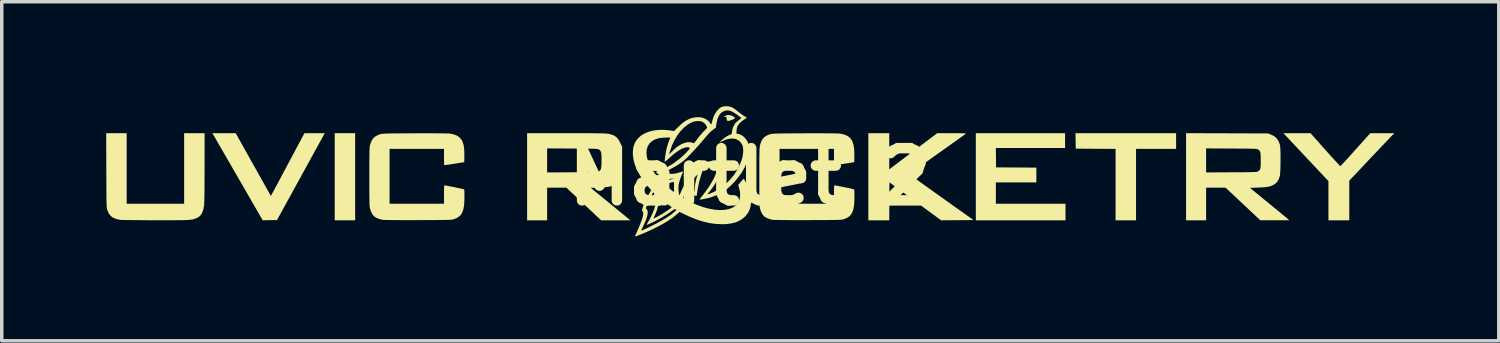
<source format=kicad_pcb>
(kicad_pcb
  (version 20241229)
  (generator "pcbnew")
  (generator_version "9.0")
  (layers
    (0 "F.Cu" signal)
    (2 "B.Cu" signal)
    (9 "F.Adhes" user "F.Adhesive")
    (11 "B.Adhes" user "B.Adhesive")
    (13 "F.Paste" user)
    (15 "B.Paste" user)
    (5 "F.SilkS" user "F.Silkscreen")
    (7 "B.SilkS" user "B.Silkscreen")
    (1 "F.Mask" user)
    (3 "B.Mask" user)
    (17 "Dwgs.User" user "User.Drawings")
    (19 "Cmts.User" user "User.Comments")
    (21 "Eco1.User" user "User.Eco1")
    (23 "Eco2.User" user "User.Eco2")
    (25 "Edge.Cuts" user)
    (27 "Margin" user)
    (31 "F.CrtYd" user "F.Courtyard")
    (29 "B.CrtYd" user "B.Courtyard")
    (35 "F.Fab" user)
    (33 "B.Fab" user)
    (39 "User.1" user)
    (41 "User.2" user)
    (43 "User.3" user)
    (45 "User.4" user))
  (footprint "Martlet 2"
    (layer "F.Cu")
    (at 18.488 2.026)
    (property "Reference" "Martlet 2" (at 0 0 0) (layer "F.SilkS") (effects (font (size 1.5 1.5) (thickness 0.3))))
    (attr board_only exclude_from_pos_files exclude_from_bom)
    (fp_poly (pts (xy -11.338 0) (xy -11.338 1.251) (xy -11.631 1.251) (xy -11.925 1.251) (xy -11.925 0) (xy -11.925 -1.251) (xy -11.631 -1.251) (xy -11.338 -1.251)) (stroke (width 0) (type solid)) (fill yes) (layer "F.SilkS"))
    (fp_poly (pts (xy 12.238 -1.026) (xy 12.238 -0.8) (xy 11.662 -0.8) (xy 11.088 -0.8) (xy 11.088 0.225) (xy 11.088 1.251) (xy 10.794 1.251) (xy 10.5 1.251) (xy 10.5 0.225) (xy 10.5 -0.8) (xy 9.928 -0.803) (xy 9.356 -0.807) (xy 9.353 -1.029) (xy 9.349 -1.251) (xy 10.793 -1.251) (xy 12.238 -1.251)) (stroke (width 0) (type solid)) (fill yes) (layer "F.SilkS"))
    (fp_poly (pts (xy 9.05 -1.038) (xy 9.05 -0.825) (xy 8.056 -0.825) (xy 7.062 -0.825) (xy 7.065 -0.547) (xy 7.069 -0.269) (xy 7.647 -0.266) (xy 8.225 -0.262) (xy 8.225 -0.05) (xy 8.225 0.163) (xy 7.644 0.163) (xy 7.062 0.163) (xy 7.062 0.469) (xy 7.062 0.775) (xy 8.062 0.775) (xy 9.062 0.775) (xy 9.062 1.013) (xy 9.062 1.251) (xy 7.775 1.251) (xy 6.487 1.251) (xy 6.487 0) (xy 6.487 -1.251) (xy 7.769 -1.251) (xy 9.05 -1.251)) (stroke (width 0) (type solid)) (fill yes) (layer "F.SilkS"))
    (fp_poly (pts (xy -0.53 -1.758) (xy -0.474 -1.728) (xy -0.445 -1.703) (xy -0.433 -1.688) (xy -0.432 -1.677) (xy -0.446 -1.666) (xy -0.479 -1.65) (xy -0.489 -1.646) (xy -0.535 -1.627) (xy -0.58 -1.612) (xy -0.602 -1.607) (xy -0.635 -1.603) (xy -0.653 -1.611) (xy -0.661 -1.624) (xy -0.671 -1.655) (xy -0.675 -1.689) (xy -0.677 -1.716) (xy -0.688 -1.725) (xy -0.713 -1.721) (xy -0.741 -1.718) (xy -0.747 -1.723) (xy -0.731 -1.737) (xy -0.709 -1.751) (xy -0.656 -1.77) (xy -0.593 -1.772)) (stroke (width 0) (type solid)) (fill yes) (layer "F.SilkS"))
    (fp_poly (pts (xy -14.264 -0.349) (xy -13.759 0.552) (xy -13.723 0.485) (xy -13.711 0.464) (xy -13.688 0.422) (xy -13.656 0.362) (xy -13.615 0.285) (xy -13.566 0.194) (xy -13.511 0.09) (xy -13.45 -0.024) (xy -13.384 -0.148) (xy -13.314 -0.278) (xy -13.242 -0.414) (xy -13.241 -0.416) (xy -12.795 -1.251) (xy -12.503 -1.251) (xy -12.211 -1.251) (xy -12.237 -1.204) (xy -12.247 -1.187) (xy -12.267 -1.149) (xy -12.298 -1.093) (xy -12.339 -1.019) (xy -12.389 -0.929) (xy -12.446 -0.824) (xy -12.511 -0.706) (xy -12.582 -0.577) (xy -12.658 -0.438) (xy -12.74 -0.29) (xy -12.825 -0.135) (xy -12.913 0.026) (xy -12.923 0.044) (xy -13.583 1.244) (xy -13.788 1.247) (xy -13.994 1.25) (xy -14.685 0.053) (xy -14.777 -0.107) (xy -14.867 -0.262) (xy -14.952 -0.41) (xy -15.033 -0.55) (xy -15.108 -0.68) (xy -15.177 -0.799) (xy -15.238 -0.906) (xy -15.292 -0.998) (xy -15.336 -1.074) (xy -15.37 -1.134) (xy -15.394 -1.175) (xy -15.406 -1.196) (xy -15.407 -1.197) (xy -15.439 -1.251) (xy -15.104 -1.251) (xy -14.769 -1.251)) (stroke (width 0) (type solid)) (fill yes) (layer "F.SilkS"))
    (fp_poly (pts (xy 16.521 -0.776) (xy 16.604 -0.684) (xy 16.681 -0.598) (xy 16.752 -0.52) (xy 16.815 -0.451) (xy 16.869 -0.393) (xy 16.911 -0.349) (xy 16.94 -0.319) (xy 16.955 -0.306) (xy 16.956 -0.305) (xy 16.967 -0.315) (xy 16.992 -0.341) (xy 17.031 -0.383) (xy 17.082 -0.438) (xy 17.143 -0.504) (xy 17.213 -0.581) (xy 17.289 -0.665) (xy 17.37 -0.756) (xy 17.392 -0.779) (xy 17.815 -1.251) (xy 18.16 -1.251) (xy 18.506 -1.251) (xy 18.411 -1.154) (xy 18.386 -1.127) (xy 18.345 -1.085) (xy 18.291 -1.028) (xy 18.224 -0.958) (xy 18.148 -0.878) (xy 18.064 -0.789) (xy 17.973 -0.693) (xy 17.877 -0.592) (xy 17.778 -0.487) (xy 17.765 -0.473) (xy 17.212 0.112) (xy 17.212 0.681) (xy 17.212 1.251) (xy 16.913 1.251) (xy 16.613 1.251) (xy 16.613 0.688) (xy 16.613 0.125) (xy 16.017 -0.51) (xy 15.916 -0.617) (xy 15.819 -0.72) (xy 15.727 -0.818) (xy 15.643 -0.908) (xy 15.567 -0.989) (xy 15.501 -1.059) (xy 15.447 -1.117) (xy 15.405 -1.161) (xy 15.379 -1.189) (xy 15.37 -1.197) (xy 15.32 -1.251) (xy 15.709 -1.251) (xy 16.099 -1.251)) (stroke (width 0) (type solid)) (fill yes) (layer "F.SilkS"))
    (fp_poly (pts (xy 4 -0.732) (xy 4 -0.213) (xy 4.689 -0.732) (xy 5.378 -1.251) (xy 5.798 -1.25) (xy 5.912 -1.25) (xy 6.003 -1.25) (xy 6.073 -1.249) (xy 6.126 -1.248) (xy 6.162 -1.246) (xy 6.185 -1.244) (xy 6.196 -1.24) (xy 6.199 -1.236) (xy 6.194 -1.231) (xy 6.194 -1.231) (xy 6.18 -1.22) (xy 6.147 -1.197) (xy 6.097 -1.161) (xy 6.032 -1.115) (xy 5.953 -1.058) (xy 5.861 -0.993) (xy 5.759 -0.92) (xy 5.648 -0.841) (xy 5.53 -0.757) (xy 5.406 -0.669) (xy 5.394 -0.66) (xy 5.269 -0.572) (xy 5.151 -0.487) (xy 5.039 -0.407) (xy 4.936 -0.334) (xy 4.844 -0.268) (xy 4.764 -0.211) (xy 4.698 -0.163) (xy 4.647 -0.126) (xy 4.613 -0.101) (xy 4.597 -0.089) (xy 4.597 -0.089) (xy 4.594 -0.084) (xy 4.594 -0.079) (xy 4.599 -0.071) (xy 4.609 -0.06) (xy 4.625 -0.044) (xy 4.65 -0.024) (xy 4.684 0.003) (xy 4.728 0.036) (xy 4.783 0.077) (xy 4.851 0.126) (xy 4.933 0.185) (xy 5.03 0.255) (xy 5.143 0.336) (xy 5.274 0.429) (xy 5.423 0.535) (xy 5.497 0.588) (xy 6.42 1.244) (xy 5.954 1.248) (xy 5.489 1.251) (xy 4.748 0.706) (xy 4.006 0.161) (xy 4.003 0.706) (xy 4 1.251) (xy 3.7 1.251) (xy 3.4 1.251) (xy 3.4 0) (xy 3.4 -1.251) (xy 3.7 -1.251) (xy 4 -1.251)) (stroke (width 0) (type solid)) (fill yes) (layer "F.SilkS"))
    (fp_poly (pts (xy -17.9 -0.238) (xy -17.9 0.775) (xy -17.075 0.775) (xy -16.25 0.775) (xy -16.25 -0.238) (xy -16.25 -1.251) (xy -15.956 -1.251) (xy -15.662 -1.251) (xy -15.663 -0.266) (xy -15.663 -0.099) (xy -15.664 0.06) (xy -15.664 0.209) (xy -15.665 0.346) (xy -15.667 0.47) (xy -15.668 0.578) (xy -15.67 0.668) (xy -15.672 0.739) (xy -15.674 0.788) (xy -15.675 0.813) (xy -15.694 0.921) (xy -15.721 1.008) (xy -15.756 1.077) (xy -15.803 1.131) (xy -15.862 1.172) (xy -15.875 1.179) (xy -15.901 1.191) (xy -15.926 1.203) (xy -15.953 1.212) (xy -15.982 1.22) (xy -16.015 1.227) (xy -16.055 1.233) (xy -16.103 1.238) (xy -16.161 1.242) (xy -16.23 1.245) (xy -16.313 1.247) (xy -16.412 1.248) (xy -16.527 1.249) (xy -16.661 1.249) (xy -16.815 1.249) (xy -16.992 1.249) (xy -17.085 1.249) (xy -17.239 1.249) (xy -17.386 1.248) (xy -17.525 1.247) (xy -17.653 1.246) (xy -17.77 1.245) (xy -17.872 1.244) (xy -17.957 1.242) (xy -18.023 1.241) (xy -18.069 1.239) (xy -18.092 1.237) (xy -18.093 1.237) (xy -18.199 1.213) (xy -18.284 1.179) (xy -18.351 1.132) (xy -18.403 1.071) (xy -18.442 0.993) (xy -18.453 0.964) (xy -18.458 0.949) (xy -18.462 0.935) (xy -18.466 0.919) (xy -18.469 0.899) (xy -18.472 0.875) (xy -18.474 0.845) (xy -18.476 0.806) (xy -18.478 0.757) (xy -18.479 0.697) (xy -18.481 0.624) (xy -18.481 0.535) (xy -18.482 0.43) (xy -18.483 0.307) (xy -18.483 0.163) (xy -18.484 -0.002) (xy -18.485 -0.184) (xy -18.488 -1.251) (xy -18.194 -1.251) (xy -17.9 -1.251)) (stroke (width 0) (type solid)) (fill yes) (layer "F.SilkS"))
    (fp_poly (pts (xy 13.697 -1.248) (xy 14.869 -1.244) (xy 14.951 -1.216) (xy 15.044 -1.173) (xy 15.119 -1.111) (xy 15.176 -1.033) (xy 15.214 -0.939) (xy 15.224 -0.895) (xy 15.229 -0.853) (xy 15.233 -0.791) (xy 15.236 -0.713) (xy 15.237 -0.623) (xy 15.238 -0.527) (xy 15.237 -0.428) (xy 15.236 -0.33) (xy 15.234 -0.239) (xy 15.23 -0.158) (xy 15.226 -0.091) (xy 15.221 -0.044) (xy 15.219 -0.033) (xy 15.188 0.066) (xy 15.143 0.144) (xy 15.084 0.202) (xy 15.037 0.232) (xy 14.989 0.256) (xy 14.936 0.275) (xy 14.873 0.289) (xy 14.796 0.299) (xy 14.703 0.306) (xy 14.588 0.311) (xy 14.583 0.311) (xy 14.359 0.319) (xy 14.923 0.78) (xy 15.026 0.864) (xy 15.122 0.943) (xy 15.211 1.016) (xy 15.291 1.082) (xy 15.359 1.138) (xy 15.415 1.184) (xy 15.456 1.219) (xy 15.48 1.24) (xy 15.488 1.246) (xy 15.475 1.247) (xy 15.441 1.248) (xy 15.388 1.249) (xy 15.318 1.25) (xy 15.235 1.25) (xy 15.142 1.25) (xy 15.072 1.25) (xy 14.656 1.25) (xy 14.157 0.781) (xy 13.658 0.313) (xy 13.379 0.313) (xy 13.1 0.313) (xy 13.1 0.782) (xy 13.1 1.251) (xy 12.812 1.251) (xy 12.525 1.251) (xy 12.525 -0.000368) (xy 12.525 -0.814) (xy 13.1 -0.814) (xy 13.1 -0.469) (xy 13.1 -0.124) (xy 13.829 -0.128) (xy 13.983 -0.129) (xy 14.114 -0.129) (xy 14.224 -0.13) (xy 14.315 -0.131) (xy 14.388 -0.133) (xy 14.447 -0.134) (xy 14.492 -0.136) (xy 14.527 -0.138) (xy 14.551 -0.141) (xy 14.569 -0.144) (xy 14.581 -0.148) (xy 14.59 -0.153) (xy 14.591 -0.153) (xy 14.617 -0.172) (xy 14.636 -0.191) (xy 14.65 -0.215) (xy 14.66 -0.248) (xy 14.665 -0.293) (xy 14.668 -0.354) (xy 14.669 -0.434) (xy 14.669 -0.469) (xy 14.668 -0.558) (xy 14.666 -0.625) (xy 14.662 -0.675) (xy 14.654 -0.712) (xy 14.642 -0.739) (xy 14.625 -0.759) (xy 14.601 -0.778) (xy 14.591 -0.785) (xy 14.582 -0.789) (xy 14.571 -0.793) (xy 14.554 -0.797) (xy 14.53 -0.799) (xy 14.497 -0.802) (xy 14.453 -0.804) (xy 14.396 -0.805) (xy 14.324 -0.807) (xy 14.236 -0.808) (xy 14.128 -0.808) (xy 13.999 -0.809) (xy 13.848 -0.81) (xy 13.829 -0.81) (xy 13.1 -0.814) (xy 12.525 -0.814) (xy 12.525 -1.251)) (stroke (width 0) (type solid)) (fill yes) (layer "F.SilkS"))
    (fp_poly (pts (xy -5.077 -1.251) (xy -4.904 -1.25) (xy -4.752 -1.25) (xy -4.62 -1.25) (xy -4.506 -1.249) (xy -4.41 -1.248) (xy -4.329 -1.247) (xy -4.261 -1.246) (xy -4.206 -1.244) (xy -4.161 -1.242) (xy -4.125 -1.24) (xy -4.096 -1.237) (xy -4.073 -1.234) (xy -4.053 -1.231) (xy -4.053 -1.231) (xy -3.957 -1.205) (xy -3.88 -1.169) (xy -3.82 -1.122) (xy -3.771 -1.059) (xy -3.747 -1.016) (xy -3.706 -0.932) (xy -3.706 -0.482) (xy -3.706 -0.353) (xy -3.707 -0.246) (xy -3.709 -0.159) (xy -3.712 -0.088) (xy -3.716 -0.032) (xy -3.723 0.012) (xy -3.732 0.048) (xy -3.745 0.077) (xy -3.76 0.103) (xy -3.779 0.129) (xy -3.795 0.148) (xy -3.838 0.193) (xy -3.886 0.228) (xy -3.942 0.256) (xy -4.009 0.277) (xy -4.09 0.293) (xy -4.189 0.303) (xy -4.308 0.31) (xy -4.339 0.311) (xy -4.573 0.319) (xy -4.122 0.688) (xy -4.025 0.767) (xy -3.93 0.844) (xy -3.84 0.918) (xy -3.756 0.987) (xy -3.683 1.047) (xy -3.621 1.097) (xy -3.575 1.135) (xy -3.553 1.154) (xy -3.435 1.251) (xy -3.854 1.251) (xy -4.274 1.251) (xy -4.774 0.782) (xy -5.274 0.313) (xy -5.549 0.313) (xy -5.825 0.313) (xy -5.825 0.782) (xy -5.825 1.251) (xy -6.112 1.251) (xy -6.4 1.251) (xy -6.4 0) (xy -6.4 -0.814) (xy -5.825 -0.814) (xy -5.825 -0.469) (xy -5.825 -0.124) (xy -5.103 -0.128) (xy -4.95 -0.129) (xy -4.82 -0.129) (xy -4.71 -0.13) (xy -4.62 -0.131) (xy -4.547 -0.133) (xy -4.488 -0.134) (xy -4.443 -0.136) (xy -4.409 -0.138) (xy -4.383 -0.141) (xy -4.365 -0.145) (xy -4.352 -0.149) (xy -4.341 -0.153) (xy -4.34 -0.154) (xy -4.314 -0.171) (xy -4.294 -0.193) (xy -4.28 -0.222) (xy -4.271 -0.263) (xy -4.266 -0.319) (xy -4.263 -0.393) (xy -4.263 -0.469) (xy -4.263 -0.561) (xy -4.266 -0.632) (xy -4.273 -0.684) (xy -4.283 -0.723) (xy -4.298 -0.75) (xy -4.318 -0.77) (xy -4.34 -0.784) (xy -4.35 -0.789) (xy -4.363 -0.793) (xy -4.38 -0.796) (xy -4.404 -0.799) (xy -4.437 -0.802) (xy -4.481 -0.804) (xy -4.537 -0.805) (xy -4.608 -0.806) (xy -4.695 -0.808) (xy -4.802 -0.808) (xy -4.929 -0.809) (xy -5.078 -0.81) (xy -5.103 -0.81) (xy -5.825 -0.814) (xy -6.4 -0.814) (xy -6.4 -1.251) (xy -5.274 -1.251)) (stroke (width 0) (type solid)) (fill yes) (layer "F.SilkS"))
    (fp_poly (pts (xy 2.123 -1.248) (xy 2.26 -1.247) (xy 2.375 -1.246) (xy 2.466 -1.245) (xy 2.534 -1.242) (xy 2.578 -1.24) (xy 2.59 -1.239) (xy 2.693 -1.216) (xy 2.779 -1.184) (xy 2.849 -1.139) (xy 2.904 -1.08) (xy 2.946 -1.005) (xy 2.975 -0.914) (xy 2.992 -0.803) (xy 2.998 -0.671) (xy 2.998 -0.588) (xy 2.994 -0.419) (xy 2.712 -0.374) (xy 2.632 -0.361) (xy 2.559 -0.35) (xy 2.498 -0.342) (xy 2.453 -0.336) (xy 2.427 -0.334) (xy 2.422 -0.334) (xy 2.419 -0.348) (xy 2.416 -0.382) (xy 2.414 -0.434) (xy 2.413 -0.498) (xy 2.413 -0.57) (xy 2.413 -0.8) (xy 1.631 -0.8) (xy 0.85 -0.8) (xy 0.85 -0.013) (xy 0.85 0.775) (xy 1.631 0.775) (xy 2.413 0.775) (xy 2.413 0.513) (xy 2.413 0.435) (xy 2.414 0.366) (xy 2.416 0.309) (xy 2.418 0.268) (xy 2.421 0.248) (xy 2.422 0.246) (xy 2.436 0.248) (xy 2.47 0.253) (xy 2.52 0.263) (xy 2.582 0.274) (xy 2.651 0.288) (xy 2.725 0.303) (xy 2.797 0.318) (xy 2.865 0.332) (xy 2.924 0.345) (xy 2.969 0.356) (xy 2.972 0.356) (xy 2.982 0.36) (xy 2.99 0.366) (xy 2.995 0.379) (xy 2.998 0.403) (xy 2.999 0.44) (xy 3 0.495) (xy 3 0.572) (xy 3 0.574) (xy 2.997 0.715) (xy 2.988 0.833) (xy 2.97 0.932) (xy 2.944 1.013) (xy 2.908 1.078) (xy 2.861 1.131) (xy 2.802 1.173) (xy 2.729 1.207) (xy 2.681 1.224) (xy 2.667 1.227) (xy 2.647 1.231) (xy 2.621 1.233) (xy 2.587 1.236) (xy 2.542 1.238) (xy 2.486 1.24) (xy 2.416 1.241) (xy 2.331 1.242) (xy 2.23 1.243) (xy 2.109 1.244) (xy 1.969 1.245) (xy 1.806 1.245) (xy 1.669 1.246) (xy 1.515 1.246) (xy 1.368 1.246) (xy 1.228 1.246) (xy 1.099 1.245) (xy 0.982 1.244) (xy 0.879 1.243) (xy 0.793 1.242) (xy 0.726 1.241) (xy 0.679 1.239) (xy 0.655 1.237) (xy 0.654 1.237) (xy 0.583 1.221) (xy 0.513 1.197) (xy 0.452 1.168) (xy 0.412 1.142) (xy 0.362 1.086) (xy 0.32 1.008) (xy 0.292 0.925) (xy 0.287 0.908) (xy 0.283 0.888) (xy 0.28 0.865) (xy 0.277 0.836) (xy 0.275 0.8) (xy 0.273 0.753) (xy 0.272 0.696) (xy 0.27 0.625) (xy 0.27 0.538) (xy 0.269 0.434) (xy 0.269 0.311) (xy 0.269 0.166) (xy 0.269 0.013) (xy 0.269 -0.154) (xy 0.269 -0.297) (xy 0.269 -0.419) (xy 0.27 -0.523) (xy 0.271 -0.609) (xy 0.272 -0.68) (xy 0.273 -0.738) (xy 0.275 -0.785) (xy 0.278 -0.822) (xy 0.28 -0.853) (xy 0.284 -0.878) (xy 0.288 -0.9) (xy 0.291 -0.916) (xy 0.323 -1.013) (xy 0.369 -1.091) (xy 0.431 -1.151) (xy 0.511 -1.197) (xy 0.581 -1.222) (xy 0.597 -1.226) (xy 0.616 -1.23) (xy 0.639 -1.233) (xy 0.668 -1.235) (xy 0.706 -1.238) (xy 0.753 -1.24) (xy 0.812 -1.241) (xy 0.885 -1.243) (xy 0.972 -1.244) (xy 1.077 -1.245) (xy 1.201 -1.246) (xy 1.345 -1.247) (xy 1.512 -1.247) (xy 1.581 -1.248) (xy 1.783 -1.248) (xy 1.964 -1.248)) (stroke (width 0) (type solid)) (fill yes) (layer "F.SilkS"))
    (fp_poly (pts (xy -9.077 -1.248) (xy -8.94 -1.247) (xy -8.825 -1.246) (xy -8.734 -1.245) (xy -8.666 -1.242) (xy -8.622 -1.24) (xy -8.61 -1.239) (xy -8.507 -1.216) (xy -8.421 -1.184) (xy -8.351 -1.139) (xy -8.296 -1.08) (xy -8.254 -1.005) (xy -8.225 -0.914) (xy -8.208 -0.803) (xy -8.202 -0.671) (xy -8.202 -0.588) (xy -8.206 -0.419) (xy -8.488 -0.374) (xy -8.569 -0.362) (xy -8.641 -0.351) (xy -8.702 -0.342) (xy -8.747 -0.337) (xy -8.773 -0.334) (xy -8.778 -0.334) (xy -8.781 -0.348) (xy -8.784 -0.382) (xy -8.786 -0.434) (xy -8.787 -0.498) (xy -8.787 -0.57) (xy -8.787 -0.8) (xy -9.569 -0.8) (xy -10.35 -0.8) (xy -10.35 -0.013) (xy -10.35 0.775) (xy -9.569 0.775) (xy -8.787 0.775) (xy -8.787 0.513) (xy -8.787 0.435) (xy -8.786 0.366) (xy -8.784 0.309) (xy -8.782 0.268) (xy -8.779 0.248) (xy -8.778 0.246) (xy -8.764 0.248) (xy -8.73 0.253) (xy -8.68 0.263) (xy -8.618 0.274) (xy -8.549 0.288) (xy -8.475 0.303) (xy -8.403 0.318) (xy -8.335 0.332) (xy -8.276 0.345) (xy -8.231 0.356) (xy -8.228 0.356) (xy -8.218 0.36) (xy -8.21 0.366) (xy -8.205 0.379) (xy -8.202 0.403) (xy -8.201 0.44) (xy -8.2 0.495) (xy -8.2 0.572) (xy -8.2 0.574) (xy -8.203 0.715) (xy -8.212 0.833) (xy -8.23 0.932) (xy -8.256 1.013) (xy -8.292 1.078) (xy -8.339 1.131) (xy -8.398 1.173) (xy -8.471 1.207) (xy -8.519 1.224) (xy -8.533 1.227) (xy -8.553 1.231) (xy -8.579 1.233) (xy -8.613 1.236) (xy -8.658 1.238) (xy -8.714 1.24) (xy -8.784 1.241) (xy -8.869 1.242) (xy -8.97 1.243) (xy -9.091 1.244) (xy -9.231 1.245) (xy -9.394 1.245) (xy -9.531 1.246) (xy -9.685 1.246) (xy -9.832 1.246) (xy -9.972 1.246) (xy -10.101 1.245) (xy -10.218 1.244) (xy -10.321 1.243) (xy -10.407 1.242) (xy -10.474 1.241) (xy -10.521 1.239) (xy -10.545 1.237) (xy -10.546 1.237) (xy -10.617 1.221) (xy -10.687 1.197) (xy -10.748 1.168) (xy -10.788 1.142) (xy -10.838 1.086) (xy -10.88 1.008) (xy -10.908 0.925) (xy -10.913 0.908) (xy -10.917 0.888) (xy -10.92 0.865) (xy -10.923 0.836) (xy -10.925 0.8) (xy -10.927 0.754) (xy -10.928 0.697) (xy -10.929 0.626) (xy -10.93 0.539) (xy -10.931 0.436) (xy -10.931 0.313) (xy -10.931 0.169) (xy -10.931 0.006) (xy -10.931 -0.16) (xy -10.931 -0.304) (xy -10.931 -0.426) (xy -10.93 -0.529) (xy -10.929 -0.615) (xy -10.928 -0.686) (xy -10.927 -0.744) (xy -10.925 -0.79) (xy -10.923 -0.827) (xy -10.92 -0.857) (xy -10.917 -0.881) (xy -10.913 -0.902) (xy -10.908 -0.922) (xy -10.908 -0.923) (xy -10.874 -1.019) (xy -10.827 -1.096) (xy -10.763 -1.155) (xy -10.68 -1.2) (xy -10.619 -1.222) (xy -10.603 -1.226) (xy -10.584 -1.23) (xy -10.561 -1.233) (xy -10.532 -1.235) (xy -10.494 -1.238) (xy -10.447 -1.24) (xy -10.388 -1.241) (xy -10.315 -1.243) (xy -10.228 -1.244) (xy -10.123 -1.245) (xy -9.999 -1.246) (xy -9.855 -1.247) (xy -9.688 -1.247) (xy -9.619 -1.248) (xy -9.417 -1.248) (xy -9.236 -1.248)) (stroke (width 0) (type solid)) (fill yes) (layer "F.SilkS"))
    (fp_poly (pts (xy -0.608 -2.02) (xy -0.537 -2.002) (xy -0.534 -2.001) (xy -0.486 -1.977) (xy -0.427 -1.938) (xy -0.363 -1.888) (xy -0.362 -1.887) (xy -0.308 -1.844) (xy -0.25 -1.8) (xy -0.196 -1.763) (xy -0.173 -1.749) (xy -0.133 -1.725) (xy -0.103 -1.706) (xy -0.088 -1.696) (xy -0.087 -1.695) (xy -0.097 -1.687) (xy -0.123 -1.67) (xy -0.159 -1.648) (xy -0.161 -1.647) (xy -0.235 -1.594) (xy -0.298 -1.535) (xy -0.344 -1.477) (xy -0.357 -1.454) (xy -0.37 -1.416) (xy -0.381 -1.365) (xy -0.385 -1.324) (xy -0.39 -1.241) (xy -0.342 -1.232) (xy -0.26 -1.205) (xy -0.186 -1.156) (xy -0.121 -1.089) (xy -0.07 -1.007) (xy -0.034 -0.914) (xy -0.02 -0.848) (xy -0.017 -0.778) (xy -0.025 -0.692) (xy -0.043 -0.595) (xy -0.069 -0.493) (xy -0.102 -0.391) (xy -0.141 -0.295) (xy -0.159 -0.256) (xy -0.231 -0.131) (xy -0.321 -0.003) (xy -0.424 0.123) (xy -0.534 0.239) (xy -0.647 0.339) (xy -0.679 0.365) (xy -0.76 0.419) (xy -0.854 0.474) (xy -0.956 0.525) (xy -1.055 0.567) (xy -1.145 0.598) (xy -1.152 0.6) (xy -1.201 0.612) (xy -1.257 0.625) (xy -1.314 0.637) (xy -1.367 0.647) (xy -1.41 0.654) (xy -1.439 0.657) (xy -1.448 0.657) (xy -1.442 0.646) (xy -1.423 0.62) (xy -1.395 0.581) (xy -1.359 0.534) (xy -1.35 0.524) (xy -1.253 0.394) (xy -1.169 0.273) (xy -1.099 0.16) (xy -1.042 0.058) (xy -1.001 -0.033) (xy -0.974 -0.111) (xy -0.964 -0.175) (xy -0.971 -0.224) (xy -0.987 -0.249) (xy -1.027 -0.273) (xy -1.083 -0.283) (xy -1.148 -0.279) (xy -1.218 -0.261) (xy -1.288 -0.23) (xy -1.307 -0.22) (xy -1.326 -0.207) (xy -1.342 -0.194) (xy -1.355 -0.176) (xy -1.368 -0.149) (xy -1.382 -0.109) (xy -1.401 -0.052) (xy -1.416 -0.004) (xy -1.466 0.176) (xy -1.5 0.351) (xy -1.501 0.356) (xy -1.511 0.421) (xy -1.52 0.477) (xy -1.527 0.52) (xy -1.531 0.545) (xy -1.532 0.548) (xy -1.545 0.552) (xy -1.572 0.544) (xy -1.61 0.525) (xy -1.653 0.499) (xy -1.696 0.467) (xy -1.712 0.454) (xy -1.76 0.413) (xy -1.769 0.478) (xy -1.779 0.542) (xy -1.792 0.603) (xy -1.806 0.652) (xy -1.808 0.658) (xy -1.804 0.669) (xy -1.784 0.685) (xy -1.745 0.708) (xy -1.685 0.737) (xy -1.673 0.743) (xy -1.501 0.817) (xy -1.332 0.876) (xy -1.168 0.919) (xy -1.012 0.946) (xy -0.865 0.957) (xy -0.729 0.951) (xy -0.607 0.928) (xy -0.501 0.889) (xy -0.497 0.886) (xy -0.418 0.833) (xy -0.353 0.763) (xy -0.317 0.702) (xy -0.291 0.622) (xy -0.281 0.529) (xy -0.287 0.428) (xy -0.31 0.328) (xy -0.338 0.237) (xy -0.261 0.143) (xy -0.222 0.098) (xy -0.195 0.071) (xy -0.179 0.062) (xy -0.172 0.065) (xy -0.149 0.104) (xy -0.121 0.159) (xy -0.09 0.224) (xy -0.061 0.29) (xy -0.036 0.352) (xy -0.021 0.394) (xy 0.016 0.544) (xy 0.032 0.683) (xy 0.025 0.811) (xy -0.003 0.929) (xy -0.054 1.035) (xy -0.126 1.129) (xy -0.197 1.194) (xy -0.297 1.26) (xy -0.411 1.309) (xy -0.541 1.342) (xy -0.689 1.36) (xy -0.803 1.363) (xy -0.979 1.355) (xy -1.155 1.332) (xy -1.334 1.291) (xy -1.518 1.233) (xy -1.711 1.156) (xy -1.852 1.092) (xy -2.023 1.009) (xy -2.102 1.08) (xy -2.202 1.163) (xy -2.325 1.248) (xy -2.469 1.336) (xy -2.632 1.425) (xy -2.811 1.514) (xy -3.004 1.602) (xy -3.146 1.661) (xy -3.211 1.687) (xy -3.255 1.704) (xy -3.283 1.711) (xy -3.296 1.71) (xy -3.298 1.703) (xy -3.296 1.698) (xy -3.289 1.681) (xy -3.274 1.646) (xy -3.252 1.597) (xy -3.23 1.546) (xy -3.125 1.546) (xy -3.114 1.546) (xy -3.082 1.534) (xy -3.028 1.51) (xy -2.953 1.475) (xy -2.855 1.427) (xy -2.853 1.426) (xy -2.677 1.337) (xy -2.521 1.251) (xy -2.385 1.169) (xy -2.271 1.092) (xy -2.18 1.02) (xy -2.165 1.006) (xy -2.107 0.954) (xy -2.136 0.939) (xy -2.16 0.93) (xy -2.181 0.937) (xy -2.198 0.949) (xy -2.301 1.024) (xy -2.421 1.103) (xy -2.551 1.181) (xy -2.683 1.253) (xy -2.795 1.309) (xy -2.865 1.341) (xy -2.914 1.364) (xy -2.945 1.376) (xy -2.962 1.379) (xy -2.965 1.373) (xy -2.959 1.358) (xy -2.945 1.334) (xy -2.938 1.323) (xy -2.883 1.225) (xy -2.87 1.2) (xy -2.767 1.2) (xy -2.766 1.201) (xy -2.753 1.195) (xy -2.723 1.18) (xy -2.68 1.158) (xy -2.643 1.137) (xy -2.579 1.102) (xy -2.509 1.06) (xy -2.438 1.015) (xy -2.372 0.971) (xy -2.316 0.932) (xy -2.276 0.901) (xy -2.275 0.901) (xy -2.244 0.874) (xy -2.275 0.853) (xy -2.315 0.824) (xy -2.366 0.788) (xy -2.421 0.746) (xy -2.477 0.702) (xy -2.53 0.661) (xy -2.575 0.625) (xy -2.585 0.617) (xy -1.915 0.617) (xy -1.915 0.619) (xy -1.899 0.624) (xy -1.884 0.607) (xy -1.877 0.594) (xy -1.868 0.567) (xy -1.859 0.527) (xy -1.85 0.482) (xy -1.844 0.44) (xy -1.841 0.407) (xy -1.843 0.391) (xy -1.843 0.391) (xy -1.851 0.394) (xy -1.854 0.402) (xy -1.86 0.421) (xy -1.871 0.457) (xy -1.886 0.504) (xy -1.89 0.516) (xy -1.903 0.561) (xy -1.912 0.597) (xy -1.915 0.617) (xy -2.585 0.617) (xy -2.609 0.597) (xy -2.624 0.583) (xy -2.653 0.557) (xy -2.674 0.554) (xy -2.693 0.574) (xy -2.704 0.594) (xy -2.72 0.633) (xy -2.723 0.654) (xy -2.714 0.662) (xy -2.707 0.663) (xy -2.688 0.672) (xy -2.665 0.694) (xy -2.663 0.696) (xy -2.642 0.743) (xy -2.638 0.807) (xy -2.652 0.889) (xy -2.682 0.988) (xy -2.73 1.106) (xy -2.735 1.116) (xy -2.753 1.157) (xy -2.764 1.186) (xy -2.767 1.2) (xy -2.87 1.2) (xy -2.834 1.128) (xy -2.791 1.035) (xy -2.757 0.95) (xy -2.733 0.875) (xy -2.719 0.814) (xy -2.718 0.77) (xy -2.72 0.76) (xy -2.727 0.745) (xy -2.743 0.739) (xy -2.773 0.74) (xy -2.79 0.742) (xy -2.852 0.749) (xy -2.844 0.716) (xy -2.835 0.689) (xy -2.818 0.648) (xy -2.795 0.599) (xy -2.787 0.582) (xy -2.763 0.53) (xy -2.75 0.495) (xy -2.749 0.474) (xy -2.752 0.467) (xy -2.769 0.452) (xy -2.775 0.45) (xy -2.786 0.461) (xy -2.804 0.491) (xy -2.828 0.535) (xy -2.855 0.589) (xy -2.884 0.65) (xy -2.912 0.712) (xy -2.938 0.772) (xy -2.943 0.785) (xy -2.989 0.901) (xy -2.963 0.934) (xy -2.942 0.974) (xy -2.935 1.027) (xy -2.943 1.092) (xy -2.964 1.173) (xy -3 1.271) (xy -3.051 1.386) (xy -3.057 1.399) (xy -3.083 1.454) (xy -3.104 1.499) (xy -3.119 1.531) (xy -3.125 1.545) (xy -3.125 1.546) (xy -3.23 1.546) (xy -3.227 1.538) (xy -3.213 1.507) (xy -3.159 1.379) (xy -3.117 1.271) (xy -3.087 1.182) (xy -3.069 1.112) (xy -3.063 1.059) (xy -3.068 1.021) (xy -3.081 1) (xy -3.093 0.987) (xy -3.098 0.968) (xy -3.095 0.939) (xy -3.084 0.897) (xy -3.064 0.837) (xy -3.061 0.83) (xy -3.033 0.754) (xy -3.005 0.687) (xy -2.972 0.621) (xy -2.931 0.547) (xy -2.898 0.491) (xy -2.836 0.387) (xy -2.928 0.277) (xy -2.953 0.246) (xy -2.427 0.246) (xy -2.311 0.341) (xy -2.265 0.378) (xy -2.227 0.409) (xy -2.199 0.429) (xy -2.188 0.437) (xy -2.188 0.437) (xy -2.185 0.426) (xy -2.183 0.394) (xy -2.181 0.347) (xy -2.18 0.294) (xy -2.18 0.231) (xy -2.182 0.19) (xy -2.185 0.165) (xy -2.19 0.153) (xy -2.199 0.15) (xy -2.2 0.15) (xy -2.229 0.155) (xy -2.272 0.168) (xy -2.32 0.185) (xy -2.364 0.204) (xy -2.395 0.221) (xy -2.398 0.223) (xy -2.427 0.246) (xy -2.953 0.246) (xy -3.024 0.154) (xy -2.509 0.154) (xy -2.507 0.161) (xy -2.501 0.17) (xy -2.493 0.173) (xy -2.479 0.169) (xy -2.452 0.156) (xy -2.412 0.135) (xy -2.356 0.109) (xy -2.293 0.085) (xy -2.252 0.073) (xy -2.169 0.05) (xy -2.254 0.057) (xy -2.314 0.065) (xy -2.373 0.078) (xy -2.426 0.096) (xy -2.47 0.116) (xy -2.499 0.136) (xy -2.509 0.154) (xy -3.024 0.154) (xy -3.059 0.11) (xy -3.167 -0.052) (xy -3.251 -0.209) (xy -3.311 -0.362) (xy -3.349 -0.51) (xy -3.364 -0.656) (xy -3.364 -0.677) (xy -3.364 -0.689) (xy -2.973 -0.689) (xy -2.963 -0.58) (xy -2.932 -0.463) (xy -2.882 -0.34) (xy -2.81 -0.211) (xy -2.777 -0.16) (xy -2.751 -0.123) (xy -2.719 -0.079) (xy -2.683 -0.033) (xy -2.647 0.013) (xy -2.615 0.052) (xy -2.589 0.082) (xy -2.574 0.098) (xy -2.571 0.1) (xy -2.56 0.094) (xy -2.531 0.081) (xy -2.492 0.062) (xy -2.484 0.057) (xy -2.398 0.016) (xy -2.442 0.007) (xy -2.479 -0.004) (xy -2.527 -0.023) (xy -2.579 -0.048) (xy -2.627 -0.074) (xy -2.664 -0.097) (xy -2.676 -0.108) (xy -2.483 -0.108) (xy -2.482 -0.095) (xy -2.457 -0.087) (xy -2.409 -0.083) (xy -2.336 -0.082) (xy -2.306 -0.082) (xy -2.232 -0.084) (xy -2.174 -0.089) (xy -2.122 -0.097) (xy -2.069 -0.11) (xy -2.047 -0.117) (xy -1.997 -0.132) (xy -1.956 -0.143) (xy -1.93 -0.149) (xy -1.924 -0.15) (xy -1.921 -0.141) (xy -1.929 -0.117) (xy -1.932 -0.111) (xy -1.962 -0.047) (xy -1.991 0.029) (xy -2.017 0.108) (xy -2.038 0.181) (xy -2.05 0.24) (xy -2.05 0.241) (xy -2.053 0.292) (xy -2.053 0.351) (xy -2.05 0.411) (xy -2.045 0.466) (xy -2.037 0.508) (xy -2.03 0.527) (xy -2.022 0.523) (xy -2.009 0.498) (xy -1.992 0.46) (xy -1.982 0.436) (xy -1.958 0.38) (xy -1.925 0.313) (xy -1.887 0.246) (xy -1.873 0.222) (xy -1.725 0.222) (xy -1.719 0.254) (xy -1.704 0.294) (xy -1.683 0.337) (xy -1.659 0.378) (xy -1.634 0.41) (xy -1.614 0.43) (xy -1.601 0.432) (xy -1.596 0.418) (xy -1.59 0.384) (xy -1.585 0.339) (xy -1.583 0.32) (xy -1.571 0.211) (xy -1.551 0.104) (xy -1.527 0.011) (xy -1.519 -0.012) (xy -1.499 -0.069) (xy -1.551 -0.019) (xy -1.592 0.025) (xy -1.633 0.073) (xy -1.67 0.123) (xy -1.7 0.168) (xy -1.72 0.204) (xy -1.725 0.222) (xy -1.873 0.222) (xy -1.865 0.209) (xy -1.756 0.047) (xy -1.649 -0.092) (xy -1.543 -0.208) (xy -1.436 -0.303) (xy -1.328 -0.377) (xy -1.275 -0.406) (xy -1.196 -0.436) (xy -1.113 -0.448) (xy -1.034 -0.443) (xy -0.962 -0.421) (xy -0.904 -0.383) (xy -0.888 -0.368) (xy -0.862 -0.333) (xy -0.846 -0.299) (xy -0.839 -0.257) (xy -0.838 -0.2) (xy -0.839 -0.178) (xy -0.847 -0.118) (xy -0.863 -0.062) (xy -0.889 0) (xy -0.932 0.084) (xy -0.985 0.175) (xy -1.042 0.266) (xy -1.099 0.347) (xy -1.134 0.393) (xy -1.175 0.444) (xy -1.202 0.477) (xy -1.215 0.497) (xy -1.214 0.504) (xy -1.2 0.503) (xy -1.174 0.494) (xy -1.158 0.488) (xy -1.033 0.435) (xy -0.906 0.362) (xy -0.779 0.272) (xy -0.659 0.17) (xy -0.549 0.058) (xy -0.454 -0.059) (xy -0.44 -0.079) (xy -0.386 -0.165) (xy -0.332 -0.265) (xy -0.284 -0.368) (xy -0.244 -0.467) (xy -0.223 -0.532) (xy -0.204 -0.621) (xy -0.194 -0.711) (xy -0.195 -0.795) (xy -0.205 -0.869) (xy -0.22 -0.913) (xy -0.268 -0.989) (xy -0.33 -1.045) (xy -0.404 -1.082) (xy -0.489 -1.098) (xy -0.583 -1.094) (xy -0.684 -1.069) (xy -0.79 -1.023) (xy -0.81 -1.012) (xy -0.877 -0.974) (xy -0.848 -1.013) (xy -0.816 -1.048) (xy -0.771 -1.086) (xy -0.719 -1.125) (xy -0.664 -1.161) (xy -0.612 -1.19) (xy -0.569 -1.208) (xy -0.546 -1.213) (xy -0.532 -1.225) (xy -0.52 -1.255) (xy -0.513 -1.297) (xy -0.512 -1.32) (xy -0.505 -1.364) (xy -0.487 -1.418) (xy -0.46 -1.473) (xy -0.43 -1.522) (xy -0.416 -1.54) (xy -0.38 -1.576) (xy -0.335 -1.614) (xy -0.311 -1.633) (xy -0.279 -1.658) (xy -0.257 -1.678) (xy -0.25 -1.686) (xy -0.26 -1.698) (xy -0.284 -1.718) (xy -0.31 -1.738) (xy -0.397 -1.801) (xy -0.469 -1.847) (xy -0.529 -1.879) (xy -0.582 -1.898) (xy -0.63 -1.906) (xy -0.677 -1.904) (xy -0.7 -1.9) (xy -0.776 -1.872) (xy -0.839 -1.825) (xy -0.89 -1.758) (xy -0.929 -1.671) (xy -0.957 -1.562) (xy -0.965 -1.51) (xy -0.979 -1.411) (xy -1.046 -1.362) (xy -1.087 -1.33) (xy -1.124 -1.299) (xy -1.161 -1.263) (xy -1.202 -1.219) (xy -1.251 -1.162) (xy -1.293 -1.113) (xy -1.377 -1.015) (xy -1.462 -0.917) (xy -1.547 -0.822) (xy -1.629 -0.733) (xy -1.706 -0.651) (xy -1.775 -0.579) (xy -1.834 -0.521) (xy -1.88 -0.478) (xy -1.894 -0.467) (xy -1.977 -0.403) (xy -2.068 -0.343) (xy -2.171 -0.282) (xy -2.29 -0.218) (xy -2.349 -0.188) (xy -2.416 -0.153) (xy -2.461 -0.127) (xy -2.483 -0.108) (xy -2.676 -0.108) (xy -2.679 -0.11) (xy -2.688 -0.122) (xy -2.687 -0.132) (xy -2.673 -0.142) (xy -2.641 -0.156) (xy -2.609 -0.169) (xy -2.402 -0.262) (xy -2.205 -0.378) (xy -2.02 -0.516) (xy -1.848 -0.673) (xy -1.751 -0.778) (xy -1.732 -0.803) (xy -1.73 -0.819) (xy -1.738 -0.833) (xy -1.755 -0.845) (xy -1.783 -0.849) (xy -1.82 -0.847) (xy -1.886 -0.833) (xy -1.959 -0.803) (xy -2.04 -0.757) (xy -2.131 -0.694) (xy -2.233 -0.612) (xy -2.33 -0.526) (xy -2.374 -0.488) (xy -2.41 -0.457) (xy -2.436 -0.437) (xy -2.447 -0.43) (xy -2.447 -0.43) (xy -2.449 -0.446) (xy -2.447 -0.481) (xy -2.441 -0.531) (xy -2.433 -0.59) (xy -2.426 -0.639) (xy -2.323 -0.639) (xy -2.227 -0.736) (xy -2.181 -0.781) (xy -2.134 -0.823) (xy -2.094 -0.857) (xy -2.075 -0.871) (xy -1.977 -0.93) (xy -1.883 -0.97) (xy -1.796 -0.992) (xy -1.718 -0.993) (xy -1.674 -0.983) (xy -1.64 -0.971) (xy -1.616 -0.964) (xy -1.61 -0.963) (xy -1.599 -0.972) (xy -1.579 -0.997) (xy -1.554 -1.029) (xy -1.481 -1.126) (xy -1.407 -1.215) (xy -1.339 -1.292) (xy -1.294 -1.337) (xy -1.259 -1.371) (xy -1.239 -1.393) (xy -1.231 -1.41) (xy -1.233 -1.427) (xy -1.239 -1.441) (xy -1.279 -1.507) (xy -1.337 -1.56) (xy -1.366 -1.578) (xy -1.425 -1.596) (xy -1.496 -1.6) (xy -1.574 -1.592) (xy -1.651 -1.571) (xy -1.681 -1.559) (xy -1.791 -1.496) (xy -1.897 -1.41) (xy -1.997 -1.306) (xy -2.088 -1.185) (xy -2.169 -1.049) (xy -2.238 -0.903) (xy -2.292 -0.749) (xy -2.299 -0.725) (xy -2.323 -0.639) (xy -2.426 -0.639) (xy -2.423 -0.655) (xy -2.412 -0.718) (xy -2.401 -0.777) (xy -2.394 -0.807) (xy -2.376 -0.873) (xy -2.355 -0.944) (xy -2.334 -1.006) (xy -2.326 -1.026) (xy -2.308 -1.069) (xy -2.295 -1.103) (xy -2.288 -1.121) (xy -2.288 -1.122) (xy -2.299 -1.126) (xy -2.33 -1.127) (xy -2.375 -1.127) (xy -2.429 -1.125) (xy -2.485 -1.122) (xy -2.54 -1.117) (xy -2.586 -1.113) (xy -2.62 -1.107) (xy -2.622 -1.107) (xy -2.729 -1.071) (xy -2.816 -1.021) (xy -2.885 -0.956) (xy -2.934 -0.878) (xy -2.963 -0.789) (xy -2.973 -0.689) (xy -3.364 -0.689) (xy -3.357 -0.797) (xy -3.334 -0.901) (xy -3.293 -0.995) (xy -3.233 -1.082) (xy -3.207 -1.111) (xy -3.123 -1.186) (xy -3.019 -1.247) (xy -2.899 -1.295) (xy -2.766 -1.328) (xy -2.621 -1.345) (xy -2.468 -1.348) (xy -2.31 -1.333) (xy -2.258 -1.325) (xy -2.18 -1.312) (xy -2.056 -1.435) (xy -1.95 -1.532) (xy -1.848 -1.606) (xy -1.748 -1.659) (xy -1.645 -1.693) (xy -1.537 -1.71) (xy -1.531 -1.71) (xy -1.421 -1.707) (xy -1.324 -1.684) (xy -1.241 -1.64) (xy -1.173 -1.578) (xy -1.153 -1.551) (xy -1.132 -1.522) (xy -1.116 -1.504) (xy -1.112 -1.501) (xy -1.107 -1.512) (xy -1.098 -1.542) (xy -1.087 -1.585) (xy -1.084 -1.598) (xy -1.054 -1.7) (xy -1.011 -1.795) (xy -0.958 -1.879) (xy -0.898 -1.946) (xy -0.835 -1.994) (xy -0.819 -2.002) (xy -0.758 -2.02) (xy -0.685 -2.026)) (stroke (width 0) (type solid)) (fill yes) (layer "F.SilkS")))
  (gr_rect
    (start -3 -3)
    (end 39.994 6.737)
    (stroke (width 0.1) (type default))
    (fill no)
    (layer "Edge.Cuts")))
</source>
